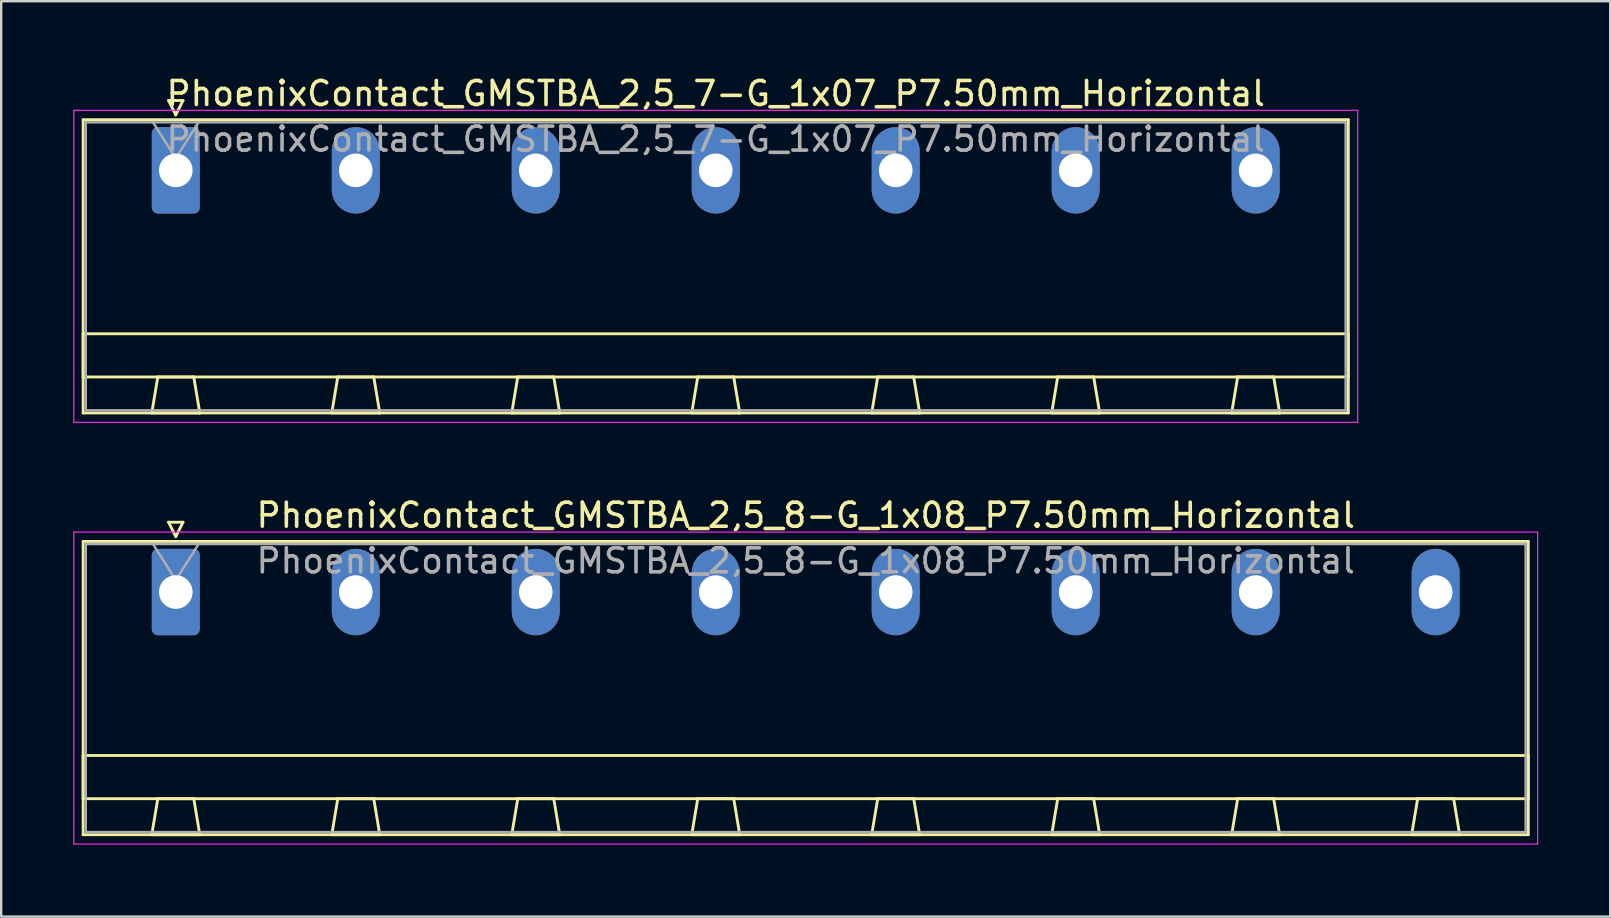
<source format=kicad_pcb>
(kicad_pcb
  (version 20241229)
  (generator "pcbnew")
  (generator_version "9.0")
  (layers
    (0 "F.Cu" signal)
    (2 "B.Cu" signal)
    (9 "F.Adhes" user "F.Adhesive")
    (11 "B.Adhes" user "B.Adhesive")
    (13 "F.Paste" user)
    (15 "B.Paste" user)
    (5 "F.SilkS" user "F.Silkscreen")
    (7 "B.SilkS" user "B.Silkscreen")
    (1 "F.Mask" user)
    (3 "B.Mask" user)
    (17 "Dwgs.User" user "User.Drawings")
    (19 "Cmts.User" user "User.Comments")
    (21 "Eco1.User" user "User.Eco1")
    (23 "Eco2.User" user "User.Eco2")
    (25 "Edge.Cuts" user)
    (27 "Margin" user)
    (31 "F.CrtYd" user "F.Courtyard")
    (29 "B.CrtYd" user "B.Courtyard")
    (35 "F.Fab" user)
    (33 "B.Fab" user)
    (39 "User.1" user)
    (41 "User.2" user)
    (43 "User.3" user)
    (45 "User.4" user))
  (footprint "PhoenixContact_GMSTBA_2,5_8-G_1x08_P7.50mm_Horizontal"
    (layer "F.Cu")
    (at 4.275 21.622)
    (property "Reference" "PhoenixContact_GMSTBA_2,5_8-G_1x08_P7.50mm_Horizontal" (at 26.25 -3.2 0) (layer "F.SilkS") (effects (font (size 1 1) (thickness 0.15))))
    (attr through_hole)
    (fp_line (start -3.86 -2.11) (end -3.86 10.11) (stroke (width 0.12) (type solid)) (layer "F.SilkS"))
    (fp_line (start -3.86 6.81) (end 56.36 6.81) (stroke (width 0.12) (type solid)) (layer "F.SilkS"))
    (fp_line (start -3.86 8.61) (end -3.86 6.81) (stroke (width 0.12) (type solid)) (layer "F.SilkS"))
    (fp_line (start -3.86 10.11) (end 56.36 10.11) (stroke (width 0.12) (type solid)) (layer "F.SilkS"))
    (fp_line (start -1 10.11) (end 1 10.11) (stroke (width 0.12) (type solid)) (layer "F.SilkS"))
    (fp_line (start -0.75 8.61) (end -1 10.11) (stroke (width 0.12) (type solid)) (layer "F.SilkS"))
    (fp_line (start -0.3 -2.91) (end 0.3 -2.91) (stroke (width 0.12) (type solid)) (layer "F.SilkS"))
    (fp_line (start 0 -2.31) (end -0.3 -2.91) (stroke (width 0.12) (type solid)) (layer "F.SilkS"))
    (fp_line (start 0.3 -2.91) (end 0 -2.31) (stroke (width 0.12) (type solid)) (layer "F.SilkS"))
    (fp_line (start 0.75 8.61) (end -0.75 8.61) (stroke (width 0.12) (type solid)) (layer "F.SilkS"))
    (fp_line (start 1 10.11) (end 0.75 8.61) (stroke (width 0.12) (type solid)) (layer "F.SilkS"))
    (fp_line (start 6.5 10.11) (end 8.5 10.11) (stroke (width 0.12) (type solid)) (layer "F.SilkS"))
    (fp_line (start 6.75 8.61) (end 6.5 10.11) (stroke (width 0.12) (type solid)) (layer "F.SilkS"))
    (fp_line (start 8.25 8.61) (end 6.75 8.61) (stroke (width 0.12) (type solid)) (layer "F.SilkS"))
    (fp_line (start 8.5 10.11) (end 8.25 8.61) (stroke (width 0.12) (type solid)) (layer "F.SilkS"))
    (fp_line (start 14 10.11) (end 16 10.11) (stroke (width 0.12) (type solid)) (layer "F.SilkS"))
    (fp_line (start 14.25 8.61) (end 14 10.11) (stroke (width 0.12) (type solid)) (layer "F.SilkS"))
    (fp_line (start 15.75 8.61) (end 14.25 8.61) (stroke (width 0.12) (type solid)) (layer "F.SilkS"))
    (fp_line (start 16 10.11) (end 15.75 8.61) (stroke (width 0.12) (type solid)) (layer "F.SilkS"))
    (fp_line (start 21.5 10.11) (end 23.5 10.11) (stroke (width 0.12) (type solid)) (layer "F.SilkS"))
    (fp_line (start 21.75 8.61) (end 21.5 10.11) (stroke (width 0.12) (type solid)) (layer "F.SilkS"))
    (fp_line (start 23.25 8.61) (end 21.75 8.61) (stroke (width 0.12) (type solid)) (layer "F.SilkS"))
    (fp_line (start 23.5 10.11) (end 23.25 8.61) (stroke (width 0.12) (type solid)) (layer "F.SilkS"))
    (fp_line (start 29 10.11) (end 31 10.11) (stroke (width 0.12) (type solid)) (layer "F.SilkS"))
    (fp_line (start 29.25 8.61) (end 29 10.11) (stroke (width 0.12) (type solid)) (layer "F.SilkS"))
    (fp_line (start 30.75 8.61) (end 29.25 8.61) (stroke (width 0.12) (type solid)) (layer "F.SilkS"))
    (fp_line (start 31 10.11) (end 30.75 8.61) (stroke (width 0.12) (type solid)) (layer "F.SilkS"))
    (fp_line (start 36.5 10.11) (end 38.5 10.11) (stroke (width 0.12) (type solid)) (layer "F.SilkS"))
    (fp_line (start 36.75 8.61) (end 36.5 10.11) (stroke (width 0.12) (type solid)) (layer "F.SilkS"))
    (fp_line (start 38.25 8.61) (end 36.75 8.61) (stroke (width 0.12) (type solid)) (layer "F.SilkS"))
    (fp_line (start 38.5 10.11) (end 38.25 8.61) (stroke (width 0.12) (type solid)) (layer "F.SilkS"))
    (fp_line (start 44 10.11) (end 46 10.11) (stroke (width 0.12) (type solid)) (layer "F.SilkS"))
    (fp_line (start 44.25 8.61) (end 44 10.11) (stroke (width 0.12) (type solid)) (layer "F.SilkS"))
    (fp_line (start 45.75 8.61) (end 44.25 8.61) (stroke (width 0.12) (type solid)) (layer "F.SilkS"))
    (fp_line (start 46 10.11) (end 45.75 8.61) (stroke (width 0.12) (type solid)) (layer "F.SilkS"))
    (fp_line (start 51.5 10.11) (end 53.5 10.11) (stroke (width 0.12) (type solid)) (layer "F.SilkS"))
    (fp_line (start 51.75 8.61) (end 51.5 10.11) (stroke (width 0.12) (type solid)) (layer "F.SilkS"))
    (fp_line (start 53.25 8.61) (end 51.75 8.61) (stroke (width 0.12) (type solid)) (layer "F.SilkS"))
    (fp_line (start 53.5 10.11) (end 53.25 8.61) (stroke (width 0.12) (type solid)) (layer "F.SilkS"))
    (fp_line (start 56.36 -2.11) (end -3.86 -2.11) (stroke (width 0.12) (type solid)) (layer "F.SilkS"))
    (fp_line (start 56.36 6.81) (end 56.36 8.61) (stroke (width 0.12) (type solid)) (layer "F.SilkS"))
    (fp_line (start 56.36 8.61) (end -3.86 8.61) (stroke (width 0.12) (type solid)) (layer "F.SilkS"))
    (fp_line (start 56.36 10.11) (end 56.36 -2.11) (stroke (width 0.12) (type solid)) (layer "F.SilkS"))
    (fp_line (start -4.25 -2.5) (end -4.25 10.5) (stroke (width 0.05) (type solid)) (layer "F.CrtYd"))
    (fp_line (start -4.25 10.5) (end 56.75 10.5) (stroke (width 0.05) (type solid)) (layer "F.CrtYd"))
    (fp_line (start 56.75 -2.5) (end -4.25 -2.5) (stroke (width 0.05) (type solid)) (layer "F.CrtYd"))
    (fp_line (start 56.75 10.5) (end 56.75 -2.5) (stroke (width 0.05) (type solid)) (layer "F.CrtYd"))
    (fp_line (start -3.75 -2) (end -3.75 10) (stroke (width 0.1) (type solid)) (layer "F.Fab"))
    (fp_line (start -3.75 10) (end 56.25 10) (stroke (width 0.1) (type solid)) (layer "F.Fab"))
    (fp_line (start 0 -0.5) (end -0.95 -2) (stroke (width 0.1) (type solid)) (layer "F.Fab"))
    (fp_line (start 0.95 -2) (end 0 -0.5) (stroke (width 0.1) (type solid)) (layer "F.Fab"))
    (fp_line (start 56.25 -2) (end -3.75 -2) (stroke (width 0.1) (type solid)) (layer "F.Fab"))
    (fp_line (start 56.25 10) (end 56.25 -2) (stroke (width 0.1) (type solid)) (layer "F.Fab"))
    (fp_text user "${REFERENCE}" (at 26.25 -1.3 0) (layer "F.Fab") (effects (font (size 1 1) (thickness 0.15))))
    (pad "1" thru_hole roundrect (at 0 0) (size 2 3.6) (drill 1.4) (layers "*.Cu" "*.Mask") (roundrect_rratio 0.125))
    (pad "2" thru_hole oval (at 7.5 0) (size 2 3.6) (drill 1.4) (layers "*.Cu" "*.Mask"))
    (pad "3" thru_hole oval (at 15 0) (size 2 3.6) (drill 1.4) (layers "*.Cu" "*.Mask"))
    (pad "4" thru_hole oval (at 22.5 0) (size 2 3.6) (drill 1.4) (layers "*.Cu" "*.Mask"))
    (pad "5" thru_hole oval (at 30 0) (size 2 3.6) (drill 1.4) (layers "*.Cu" "*.Mask"))
    (pad "6" thru_hole oval (at 37.5 0) (size 2 3.6) (drill 1.4) (layers "*.Cu" "*.Mask"))
    (pad "7" thru_hole oval (at 45 0) (size 2 3.6) (drill 1.4) (layers "*.Cu" "*.Mask"))
    (pad "8" thru_hole oval (at 52.5 0) (size 2 3.6) (drill 1.4) (layers "*.Cu" "*.Mask")))
  (footprint "PhoenixContact_GMSTBA_2,5_7-G_1x07_P7.50mm_Horizontal"
    (layer "F.Cu")
    (at 4.275 4.048)
    (property "Reference" "PhoenixContact_GMSTBA_2,5_7-G_1x07_P7.50mm_Horizontal" (at 22.5 -3.2 0) (layer "F.SilkS") (effects (font (size 1 1) (thickness 0.15))))
    (attr through_hole)
    (fp_line (start -3.86 -2.11) (end -3.86 10.11) (stroke (width 0.12) (type solid)) (layer "F.SilkS"))
    (fp_line (start -3.86 6.81) (end 48.86 6.81) (stroke (width 0.12) (type solid)) (layer "F.SilkS"))
    (fp_line (start -3.86 8.61) (end -3.86 6.81) (stroke (width 0.12) (type solid)) (layer "F.SilkS"))
    (fp_line (start -3.86 10.11) (end 48.86 10.11) (stroke (width 0.12) (type solid)) (layer "F.SilkS"))
    (fp_line (start -1 10.11) (end 1 10.11) (stroke (width 0.12) (type solid)) (layer "F.SilkS"))
    (fp_line (start -0.75 8.61) (end -1 10.11) (stroke (width 0.12) (type solid)) (layer "F.SilkS"))
    (fp_line (start -0.3 -2.91) (end 0.3 -2.91) (stroke (width 0.12) (type solid)) (layer "F.SilkS"))
    (fp_line (start 0 -2.31) (end -0.3 -2.91) (stroke (width 0.12) (type solid)) (layer "F.SilkS"))
    (fp_line (start 0.3 -2.91) (end 0 -2.31) (stroke (width 0.12) (type solid)) (layer "F.SilkS"))
    (fp_line (start 0.75 8.61) (end -0.75 8.61) (stroke (width 0.12) (type solid)) (layer "F.SilkS"))
    (fp_line (start 1 10.11) (end 0.75 8.61) (stroke (width 0.12) (type solid)) (layer "F.SilkS"))
    (fp_line (start 6.5 10.11) (end 8.5 10.11) (stroke (width 0.12) (type solid)) (layer "F.SilkS"))
    (fp_line (start 6.75 8.61) (end 6.5 10.11) (stroke (width 0.12) (type solid)) (layer "F.SilkS"))
    (fp_line (start 8.25 8.61) (end 6.75 8.61) (stroke (width 0.12) (type solid)) (layer "F.SilkS"))
    (fp_line (start 8.5 10.11) (end 8.25 8.61) (stroke (width 0.12) (type solid)) (layer "F.SilkS"))
    (fp_line (start 14 10.11) (end 16 10.11) (stroke (width 0.12) (type solid)) (layer "F.SilkS"))
    (fp_line (start 14.25 8.61) (end 14 10.11) (stroke (width 0.12) (type solid)) (layer "F.SilkS"))
    (fp_line (start 15.75 8.61) (end 14.25 8.61) (stroke (width 0.12) (type solid)) (layer "F.SilkS"))
    (fp_line (start 16 10.11) (end 15.75 8.61) (stroke (width 0.12) (type solid)) (layer "F.SilkS"))
    (fp_line (start 21.5 10.11) (end 23.5 10.11) (stroke (width 0.12) (type solid)) (layer "F.SilkS"))
    (fp_line (start 21.75 8.61) (end 21.5 10.11) (stroke (width 0.12) (type solid)) (layer "F.SilkS"))
    (fp_line (start 23.25 8.61) (end 21.75 8.61) (stroke (width 0.12) (type solid)) (layer "F.SilkS"))
    (fp_line (start 23.5 10.11) (end 23.25 8.61) (stroke (width 0.12) (type solid)) (layer "F.SilkS"))
    (fp_line (start 29 10.11) (end 31 10.11) (stroke (width 0.12) (type solid)) (layer "F.SilkS"))
    (fp_line (start 29.25 8.61) (end 29 10.11) (stroke (width 0.12) (type solid)) (layer "F.SilkS"))
    (fp_line (start 30.75 8.61) (end 29.25 8.61) (stroke (width 0.12) (type solid)) (layer "F.SilkS"))
    (fp_line (start 31 10.11) (end 30.75 8.61) (stroke (width 0.12) (type solid)) (layer "F.SilkS"))
    (fp_line (start 36.5 10.11) (end 38.5 10.11) (stroke (width 0.12) (type solid)) (layer "F.SilkS"))
    (fp_line (start 36.75 8.61) (end 36.5 10.11) (stroke (width 0.12) (type solid)) (layer "F.SilkS"))
    (fp_line (start 38.25 8.61) (end 36.75 8.61) (stroke (width 0.12) (type solid)) (layer "F.SilkS"))
    (fp_line (start 38.5 10.11) (end 38.25 8.61) (stroke (width 0.12) (type solid)) (layer "F.SilkS"))
    (fp_line (start 44 10.11) (end 46 10.11) (stroke (width 0.12) (type solid)) (layer "F.SilkS"))
    (fp_line (start 44.25 8.61) (end 44 10.11) (stroke (width 0.12) (type solid)) (layer "F.SilkS"))
    (fp_line (start 45.75 8.61) (end 44.25 8.61) (stroke (width 0.12) (type solid)) (layer "F.SilkS"))
    (fp_line (start 46 10.11) (end 45.75 8.61) (stroke (width 0.12) (type solid)) (layer "F.SilkS"))
    (fp_line (start 48.86 -2.11) (end -3.86 -2.11) (stroke (width 0.12) (type solid)) (layer "F.SilkS"))
    (fp_line (start 48.86 6.81) (end 48.86 8.61) (stroke (width 0.12) (type solid)) (layer "F.SilkS"))
    (fp_line (start 48.86 8.61) (end -3.86 8.61) (stroke (width 0.12) (type solid)) (layer "F.SilkS"))
    (fp_line (start 48.86 10.11) (end 48.86 -2.11) (stroke (width 0.12) (type solid)) (layer "F.SilkS"))
    (fp_line (start -4.25 -2.5) (end -4.25 10.5) (stroke (width 0.05) (type solid)) (layer "F.CrtYd"))
    (fp_line (start -4.25 10.5) (end 49.25 10.5) (stroke (width 0.05) (type solid)) (layer "F.CrtYd"))
    (fp_line (start 49.25 -2.5) (end -4.25 -2.5) (stroke (width 0.05) (type solid)) (layer "F.CrtYd"))
    (fp_line (start 49.25 10.5) (end 49.25 -2.5) (stroke (width 0.05) (type solid)) (layer "F.CrtYd"))
    (fp_line (start -3.75 -2) (end -3.75 10) (stroke (width 0.1) (type solid)) (layer "F.Fab"))
    (fp_line (start -3.75 10) (end 48.75 10) (stroke (width 0.1) (type solid)) (layer "F.Fab"))
    (fp_line (start 0 -0.5) (end -0.95 -2) (stroke (width 0.1) (type solid)) (layer "F.Fab"))
    (fp_line (start 0.95 -2) (end 0 -0.5) (stroke (width 0.1) (type solid)) (layer "F.Fab"))
    (fp_line (start 48.75 -2) (end -3.75 -2) (stroke (width 0.1) (type solid)) (layer "F.Fab"))
    (fp_line (start 48.75 10) (end 48.75 -2) (stroke (width 0.1) (type solid)) (layer "F.Fab"))
    (fp_text user "${REFERENCE}" (at 22.5 -1.3 0) (layer "F.Fab") (effects (font (size 1 1) (thickness 0.15))))
    (pad "1" thru_hole roundrect (at 0 0) (size 2 3.6) (drill 1.4) (layers "*.Cu" "*.Mask") (roundrect_rratio 0.125))
    (pad "2" thru_hole oval (at 7.5 0) (size 2 3.6) (drill 1.4) (layers "*.Cu" "*.Mask"))
    (pad "3" thru_hole oval (at 15 0) (size 2 3.6) (drill 1.4) (layers "*.Cu" "*.Mask"))
    (pad "4" thru_hole oval (at 22.5 0) (size 2 3.6) (drill 1.4) (layers "*.Cu" "*.Mask"))
    (pad "5" thru_hole oval (at 30 0) (size 2 3.6) (drill 1.4) (layers "*.Cu" "*.Mask"))
    (pad "6" thru_hole oval (at 37.5 0) (size 2 3.6) (drill 1.4) (layers "*.Cu" "*.Mask"))
    (pad "7" thru_hole oval (at 45 0) (size 2 3.6) (drill 1.4) (layers "*.Cu" "*.Mask")))
  (gr_rect
    (start -3 -3)
    (end 64.05 35.147)
    (stroke (width 0.1) (type default))
    (fill no)
    (layer "Edge.Cuts")))
</source>
